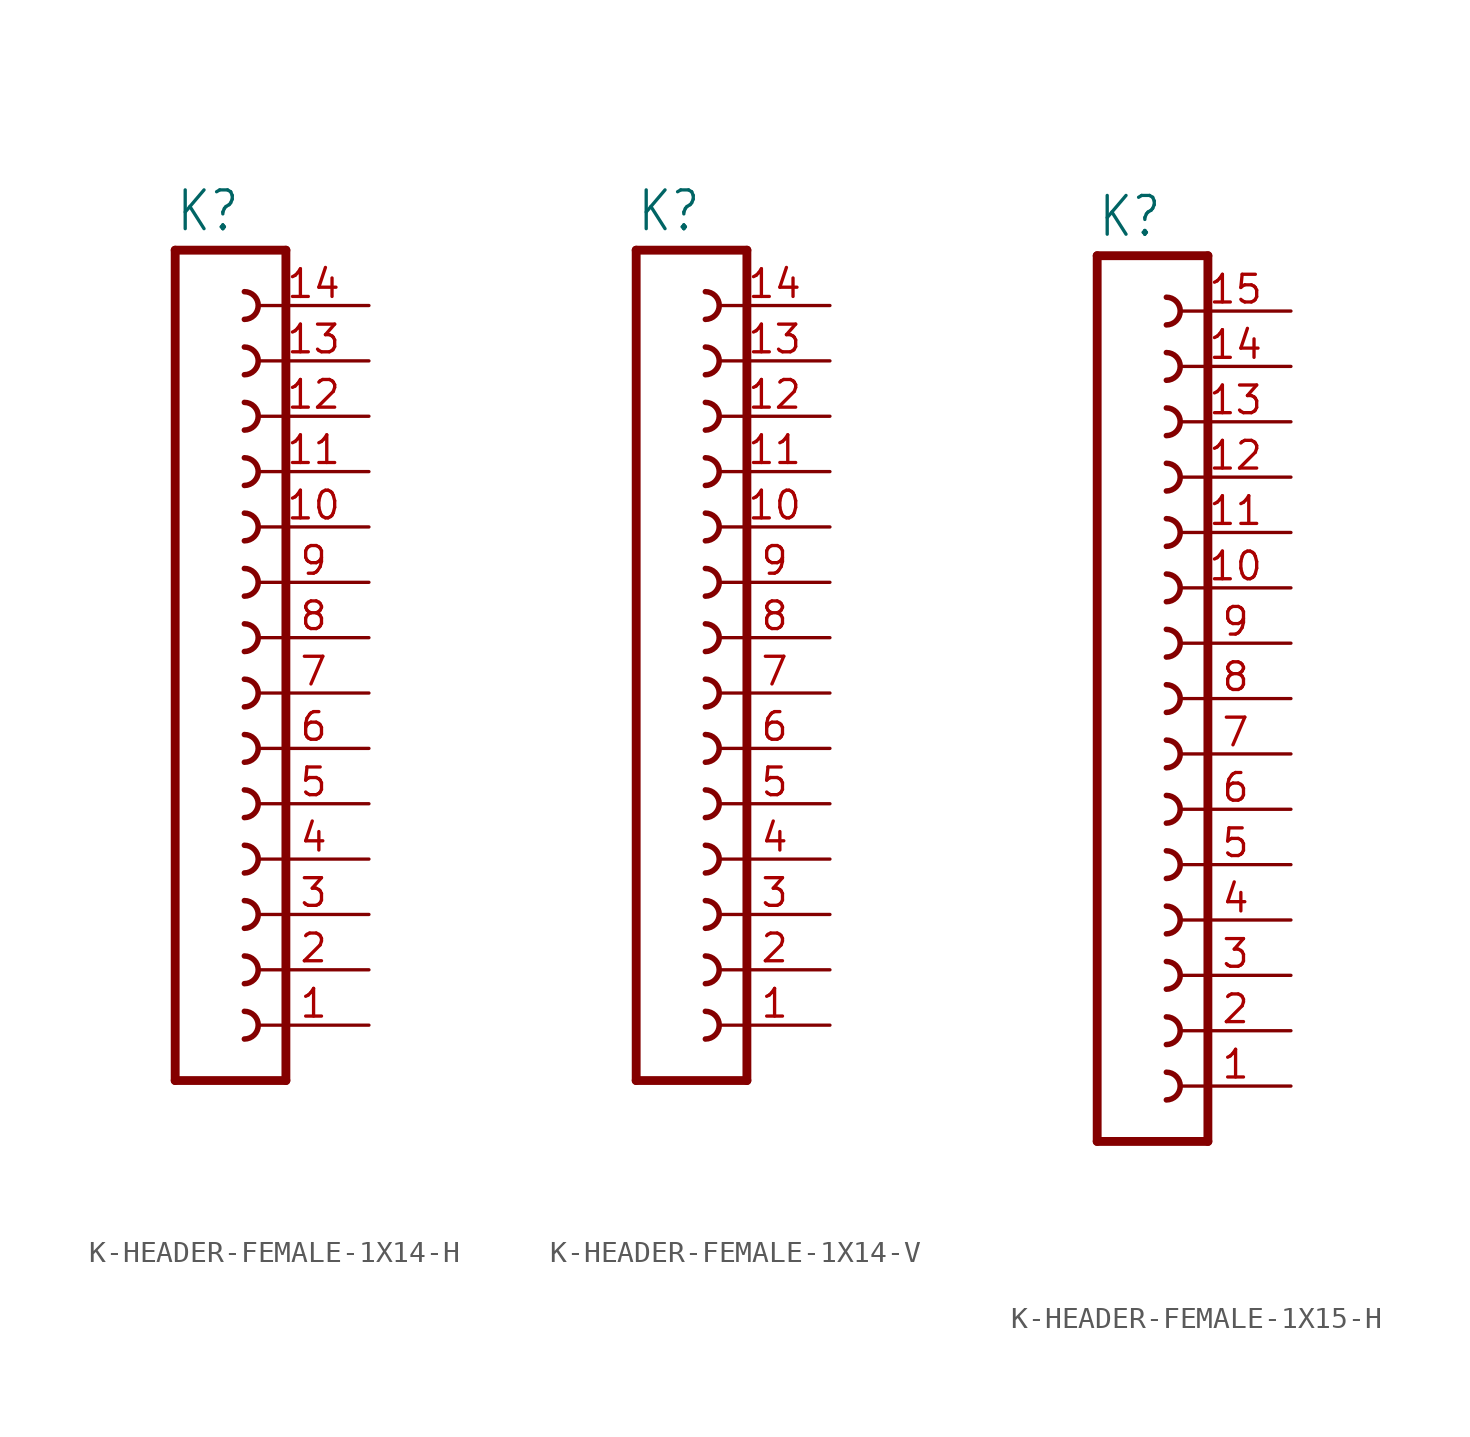
<source format=kicad_sym>
(kicad_symbol_lib
  (version 20231120)
  (generator "kicad_symbol_editor")
  (generator_version "8.0")
  (symbol "K-HEADER-FEMALE-1X14-H"
    (property "Reference" "K"
      (at -1.27 31.242 0)
      (effects (font (size 1.778 1.511)) (justify left bottom)))
    (property "Value" ""
      (at -1.27 -10.16 0)
      (effects (font (size 1.778 1.511)) (justify left bottom)))
    (property "ki_locked" ""
      (at 0 0 0)
      (effects (font (size 1.27 1.27))))
    (symbol "K-HEADER-FEMALE-1X14-H_1_0"
      (polyline (pts (xy -1.27 30.48) (xy -1.27 -7.62)) (stroke (width 0.406) (type solid)) (fill (type none)))
      (polyline (pts (xy -1.27 30.48) (xy 3.81 30.48)) (stroke (width 0.406) (type solid)) (fill (type none)))
      (polyline (pts (xy 3.81 -7.62) (xy -1.27 -7.62)) (stroke (width 0.406) (type solid)) (fill (type none)))
      (polyline (pts (xy 3.81 -7.62) (xy 3.81 30.48)) (stroke (width 0.406) (type solid)) (fill (type none)))
      (arc (start 1.905 -5.715) (mid 2.54 -5.08) (end 1.905 -4.445) (stroke (width 0.254) (type solid)) (fill (type none)))
      (arc (start 1.905 -3.175) (mid 2.54 -2.54) (end 1.905 -1.905) (stroke (width 0.254) (type solid)) (fill (type none)))
      (arc (start 1.905 -0.635) (mid 2.54 0) (end 1.905 0.635) (stroke (width 0.254) (type solid)) (fill (type none)))
      (arc (start 1.905 1.905) (mid 2.54 2.54) (end 1.905 3.175) (stroke (width 0.254) (type solid)) (fill (type none)))
      (arc (start 1.905 4.445) (mid 2.54 5.08) (end 1.905 5.715) (stroke (width 0.254) (type solid)) (fill (type none)))
      (arc (start 1.905 6.985) (mid 2.54 7.62) (end 1.905 8.255) (stroke (width 0.254) (type solid)) (fill (type none)))
      (arc (start 1.905 9.525) (mid 2.54 10.16) (end 1.905 10.795) (stroke (width 0.254) (type solid)) (fill (type none)))
      (arc (start 1.905 12.065) (mid 2.54 12.7) (end 1.905 13.335) (stroke (width 0.254) (type solid)) (fill (type none)))
      (arc (start 1.905 14.605) (mid 2.54 15.24) (end 1.905 15.875) (stroke (width 0.254) (type solid)) (fill (type none)))
      (arc (start 1.905 17.145) (mid 2.54 17.78) (end 1.905 18.415) (stroke (width 0.254) (type solid)) (fill (type none)))
      (arc (start 1.905 19.685) (mid 2.54 20.32) (end 1.905 20.955) (stroke (width 0.254) (type solid)) (fill (type none)))
      (arc (start 1.905 22.225) (mid 2.54 22.86) (end 1.905 23.495) (stroke (width 0.254) (type solid)) (fill (type none)))
      (arc (start 1.905 24.765) (mid 2.54 25.4) (end 1.905 26.035) (stroke (width 0.254) (type solid)) (fill (type none)))
      (arc (start 1.905 27.305) (mid 2.54 27.94) (end 1.905 28.575) (stroke (width 0.254) (type solid)) (fill (type none)))
      (pin passive line (at 7.62 -5.08 180) (length 5.08) (name "1" (effects (font (size 0 0)))) (number "1" (effects (font (size 1.27 1.27)))))
      (pin passive line (at 7.62 17.78 180) (length 5.08) (name "10" (effects (font (size 0 0)))) (number "10" (effects (font (size 1.27 1.27)))))
      (pin passive line (at 7.62 20.32 180) (length 5.08) (name "11" (effects (font (size 0 0)))) (number "11" (effects (font (size 1.27 1.27)))))
      (pin passive line (at 7.62 22.86 180) (length 5.08) (name "12" (effects (font (size 0 0)))) (number "12" (effects (font (size 1.27 1.27)))))
      (pin passive line (at 7.62 25.4 180) (length 5.08) (name "13" (effects (font (size 0 0)))) (number "13" (effects (font (size 1.27 1.27)))))
      (pin passive line (at 7.62 27.94 180) (length 5.08) (name "14" (effects (font (size 0 0)))) (number "14" (effects (font (size 1.27 1.27)))))
      (pin passive line (at 7.62 -2.54 180) (length 5.08) (name "2" (effects (font (size 0 0)))) (number "2" (effects (font (size 1.27 1.27)))))
      (pin passive line (at 7.62 0 180) (length 5.08) (name "3" (effects (font (size 0 0)))) (number "3" (effects (font (size 1.27 1.27)))))
      (pin passive line (at 7.62 2.54 180) (length 5.08) (name "4" (effects (font (size 0 0)))) (number "4" (effects (font (size 1.27 1.27)))))
      (pin passive line (at 7.62 5.08 180) (length 5.08) (name "5" (effects (font (size 0 0)))) (number "5" (effects (font (size 1.27 1.27)))))
      (pin passive line (at 7.62 7.62 180) (length 5.08) (name "6" (effects (font (size 0 0)))) (number "6" (effects (font (size 1.27 1.27)))))
      (pin passive line (at 7.62 10.16 180) (length 5.08) (name "7" (effects (font (size 0 0)))) (number "7" (effects (font (size 1.27 1.27)))))
      (pin passive line (at 7.62 12.7 180) (length 5.08) (name "8" (effects (font (size 0 0)))) (number "8" (effects (font (size 1.27 1.27)))))
      (pin passive line (at 7.62 15.24 180) (length 5.08) (name "9" (effects (font (size 0 0)))) (number "9" (effects (font (size 1.27 1.27)))))))
  (symbol "K-HEADER-FEMALE-1X14-V"
    (property "Reference" "K"
      (at -1.27 31.242 0)
      (effects (font (size 1.778 1.511)) (justify left bottom)))
    (property "Value" ""
      (at -1.27 -10.16 0)
      (effects (font (size 1.778 1.511)) (justify left bottom)))
    (property "ki_locked" ""
      (at 0 0 0)
      (effects (font (size 1.27 1.27))))
    (symbol "K-HEADER-FEMALE-1X14-V_1_0"
      (polyline (pts (xy -1.27 30.48) (xy -1.27 -7.62)) (stroke (width 0.406) (type solid)) (fill (type none)))
      (polyline (pts (xy -1.27 30.48) (xy 3.81 30.48)) (stroke (width 0.406) (type solid)) (fill (type none)))
      (polyline (pts (xy 3.81 -7.62) (xy -1.27 -7.62)) (stroke (width 0.406) (type solid)) (fill (type none)))
      (polyline (pts (xy 3.81 -7.62) (xy 3.81 30.48)) (stroke (width 0.406) (type solid)) (fill (type none)))
      (arc (start 1.905 -5.715) (mid 2.54 -5.08) (end 1.905 -4.445) (stroke (width 0.254) (type solid)) (fill (type none)))
      (arc (start 1.905 -3.175) (mid 2.54 -2.54) (end 1.905 -1.905) (stroke (width 0.254) (type solid)) (fill (type none)))
      (arc (start 1.905 -0.635) (mid 2.54 0) (end 1.905 0.635) (stroke (width 0.254) (type solid)) (fill (type none)))
      (arc (start 1.905 1.905) (mid 2.54 2.54) (end 1.905 3.175) (stroke (width 0.254) (type solid)) (fill (type none)))
      (arc (start 1.905 4.445) (mid 2.54 5.08) (end 1.905 5.715) (stroke (width 0.254) (type solid)) (fill (type none)))
      (arc (start 1.905 6.985) (mid 2.54 7.62) (end 1.905 8.255) (stroke (width 0.254) (type solid)) (fill (type none)))
      (arc (start 1.905 9.525) (mid 2.54 10.16) (end 1.905 10.795) (stroke (width 0.254) (type solid)) (fill (type none)))
      (arc (start 1.905 12.065) (mid 2.54 12.7) (end 1.905 13.335) (stroke (width 0.254) (type solid)) (fill (type none)))
      (arc (start 1.905 14.605) (mid 2.54 15.24) (end 1.905 15.875) (stroke (width 0.254) (type solid)) (fill (type none)))
      (arc (start 1.905 17.145) (mid 2.54 17.78) (end 1.905 18.415) (stroke (width 0.254) (type solid)) (fill (type none)))
      (arc (start 1.905 19.685) (mid 2.54 20.32) (end 1.905 20.955) (stroke (width 0.254) (type solid)) (fill (type none)))
      (arc (start 1.905 22.225) (mid 2.54 22.86) (end 1.905 23.495) (stroke (width 0.254) (type solid)) (fill (type none)))
      (arc (start 1.905 24.765) (mid 2.54 25.4) (end 1.905 26.035) (stroke (width 0.254) (type solid)) (fill (type none)))
      (arc (start 1.905 27.305) (mid 2.54 27.94) (end 1.905 28.575) (stroke (width 0.254) (type solid)) (fill (type none)))
      (pin passive line (at 7.62 -5.08 180) (length 5.08) (name "1" (effects (font (size 0 0)))) (number "1" (effects (font (size 1.27 1.27)))))
      (pin passive line (at 7.62 17.78 180) (length 5.08) (name "10" (effects (font (size 0 0)))) (number "10" (effects (font (size 1.27 1.27)))))
      (pin passive line (at 7.62 20.32 180) (length 5.08) (name "11" (effects (font (size 0 0)))) (number "11" (effects (font (size 1.27 1.27)))))
      (pin passive line (at 7.62 22.86 180) (length 5.08) (name "12" (effects (font (size 0 0)))) (number "12" (effects (font (size 1.27 1.27)))))
      (pin passive line (at 7.62 25.4 180) (length 5.08) (name "13" (effects (font (size 0 0)))) (number "13" (effects (font (size 1.27 1.27)))))
      (pin passive line (at 7.62 27.94 180) (length 5.08) (name "14" (effects (font (size 0 0)))) (number "14" (effects (font (size 1.27 1.27)))))
      (pin passive line (at 7.62 -2.54 180) (length 5.08) (name "2" (effects (font (size 0 0)))) (number "2" (effects (font (size 1.27 1.27)))))
      (pin passive line (at 7.62 0 180) (length 5.08) (name "3" (effects (font (size 0 0)))) (number "3" (effects (font (size 1.27 1.27)))))
      (pin passive line (at 7.62 2.54 180) (length 5.08) (name "4" (effects (font (size 0 0)))) (number "4" (effects (font (size 1.27 1.27)))))
      (pin passive line (at 7.62 5.08 180) (length 5.08) (name "5" (effects (font (size 0 0)))) (number "5" (effects (font (size 1.27 1.27)))))
      (pin passive line (at 7.62 7.62 180) (length 5.08) (name "6" (effects (font (size 0 0)))) (number "6" (effects (font (size 1.27 1.27)))))
      (pin passive line (at 7.62 10.16 180) (length 5.08) (name "7" (effects (font (size 0 0)))) (number "7" (effects (font (size 1.27 1.27)))))
      (pin passive line (at 7.62 12.7 180) (length 5.08) (name "8" (effects (font (size 0 0)))) (number "8" (effects (font (size 1.27 1.27)))))
      (pin passive line (at 7.62 15.24 180) (length 5.08) (name "9" (effects (font (size 0 0)))) (number "9" (effects (font (size 1.27 1.27)))))))
  (symbol "K-HEADER-FEMALE-1X15-H"
    (property "Reference" "K"
      (at -1.27 33.782 0)
      (effects (font (size 1.778 1.511)) (justify left bottom)))
    (property "Value" ""
      (at -1.27 -10.16 0)
      (effects (font (size 1.778 1.511)) (justify left bottom)))
    (property "ki_locked" ""
      (at 0 0 0)
      (effects (font (size 1.27 1.27))))
    (symbol "K-HEADER-FEMALE-1X15-H_1_0"
      (polyline (pts (xy -1.27 33.02) (xy -1.27 -7.62)) (stroke (width 0.406) (type solid)) (fill (type none)))
      (polyline (pts (xy -1.27 33.02) (xy 3.81 33.02)) (stroke (width 0.406) (type solid)) (fill (type none)))
      (polyline (pts (xy 3.81 -7.62) (xy -1.27 -7.62)) (stroke (width 0.406) (type solid)) (fill (type none)))
      (polyline (pts (xy 3.81 -7.62) (xy 3.81 33.02)) (stroke (width 0.406) (type solid)) (fill (type none)))
      (arc (start 1.905 -5.715) (mid 2.54 -5.08) (end 1.905 -4.445) (stroke (width 0.254) (type solid)) (fill (type none)))
      (arc (start 1.905 -3.175) (mid 2.54 -2.54) (end 1.905 -1.905) (stroke (width 0.254) (type solid)) (fill (type none)))
      (arc (start 1.905 -0.635) (mid 2.54 0) (end 1.905 0.635) (stroke (width 0.254) (type solid)) (fill (type none)))
      (arc (start 1.905 1.905) (mid 2.54 2.54) (end 1.905 3.175) (stroke (width 0.254) (type solid)) (fill (type none)))
      (arc (start 1.905 4.445) (mid 2.54 5.08) (end 1.905 5.715) (stroke (width 0.254) (type solid)) (fill (type none)))
      (arc (start 1.905 6.985) (mid 2.54 7.62) (end 1.905 8.255) (stroke (width 0.254) (type solid)) (fill (type none)))
      (arc (start 1.905 9.525) (mid 2.54 10.16) (end 1.905 10.795) (stroke (width 0.254) (type solid)) (fill (type none)))
      (arc (start 1.905 12.065) (mid 2.54 12.7) (end 1.905 13.335) (stroke (width 0.254) (type solid)) (fill (type none)))
      (arc (start 1.905 14.605) (mid 2.54 15.24) (end 1.905 15.875) (stroke (width 0.254) (type solid)) (fill (type none)))
      (arc (start 1.905 17.145) (mid 2.54 17.78) (end 1.905 18.415) (stroke (width 0.254) (type solid)) (fill (type none)))
      (arc (start 1.905 19.685) (mid 2.54 20.32) (end 1.905 20.955) (stroke (width 0.254) (type solid)) (fill (type none)))
      (arc (start 1.905 22.225) (mid 2.54 22.86) (end 1.905 23.495) (stroke (width 0.254) (type solid)) (fill (type none)))
      (arc (start 1.905 24.765) (mid 2.54 25.4) (end 1.905 26.035) (stroke (width 0.254) (type solid)) (fill (type none)))
      (arc (start 1.905 27.305) (mid 2.54 27.94) (end 1.905 28.575) (stroke (width 0.254) (type solid)) (fill (type none)))
      (arc (start 1.905 29.845) (mid 2.54 30.48) (end 1.905 31.115) (stroke (width 0.254) (type solid)) (fill (type none)))
      (pin passive line (at 7.62 -5.08 180) (length 5.08) (name "1" (effects (font (size 0 0)))) (number "1" (effects (font (size 1.27 1.27)))))
      (pin passive line (at 7.62 17.78 180) (length 5.08) (name "10" (effects (font (size 0 0)))) (number "10" (effects (font (size 1.27 1.27)))))
      (pin passive line (at 7.62 20.32 180) (length 5.08) (name "11" (effects (font (size 0 0)))) (number "11" (effects (font (size 1.27 1.27)))))
      (pin passive line (at 7.62 22.86 180) (length 5.08) (name "12" (effects (font (size 0 0)))) (number "12" (effects (font (size 1.27 1.27)))))
      (pin passive line (at 7.62 25.4 180) (length 5.08) (name "13" (effects (font (size 0 0)))) (number "13" (effects (font (size 1.27 1.27)))))
      (pin passive line (at 7.62 27.94 180) (length 5.08) (name "14" (effects (font (size 0 0)))) (number "14" (effects (font (size 1.27 1.27)))))
      (pin passive line (at 7.62 30.48 180) (length 5.08) (name "15" (effects (font (size 0 0)))) (number "15" (effects (font (size 1.27 1.27)))))
      (pin passive line (at 7.62 -2.54 180) (length 5.08) (name "2" (effects (font (size 0 0)))) (number "2" (effects (font (size 1.27 1.27)))))
      (pin passive line (at 7.62 0 180) (length 5.08) (name "3" (effects (font (size 0 0)))) (number "3" (effects (font (size 1.27 1.27)))))
      (pin passive line (at 7.62 2.54 180) (length 5.08) (name "4" (effects (font (size 0 0)))) (number "4" (effects (font (size 1.27 1.27)))))
      (pin passive line (at 7.62 5.08 180) (length 5.08) (name "5" (effects (font (size 0 0)))) (number "5" (effects (font (size 1.27 1.27)))))
      (pin passive line (at 7.62 7.62 180) (length 5.08) (name "6" (effects (font (size 0 0)))) (number "6" (effects (font (size 1.27 1.27)))))
      (pin passive line (at 7.62 10.16 180) (length 5.08) (name "7" (effects (font (size 0 0)))) (number "7" (effects (font (size 1.27 1.27)))))
      (pin passive line (at 7.62 12.7 180) (length 5.08) (name "8" (effects (font (size 0 0)))) (number "8" (effects (font (size 1.27 1.27)))))
      (pin passive line (at 7.62 15.24 180) (length 5.08) (name "9" (effects (font (size 0 0)))) (number "9" (effects (font (size 1.27 1.27))))))))
</source>
